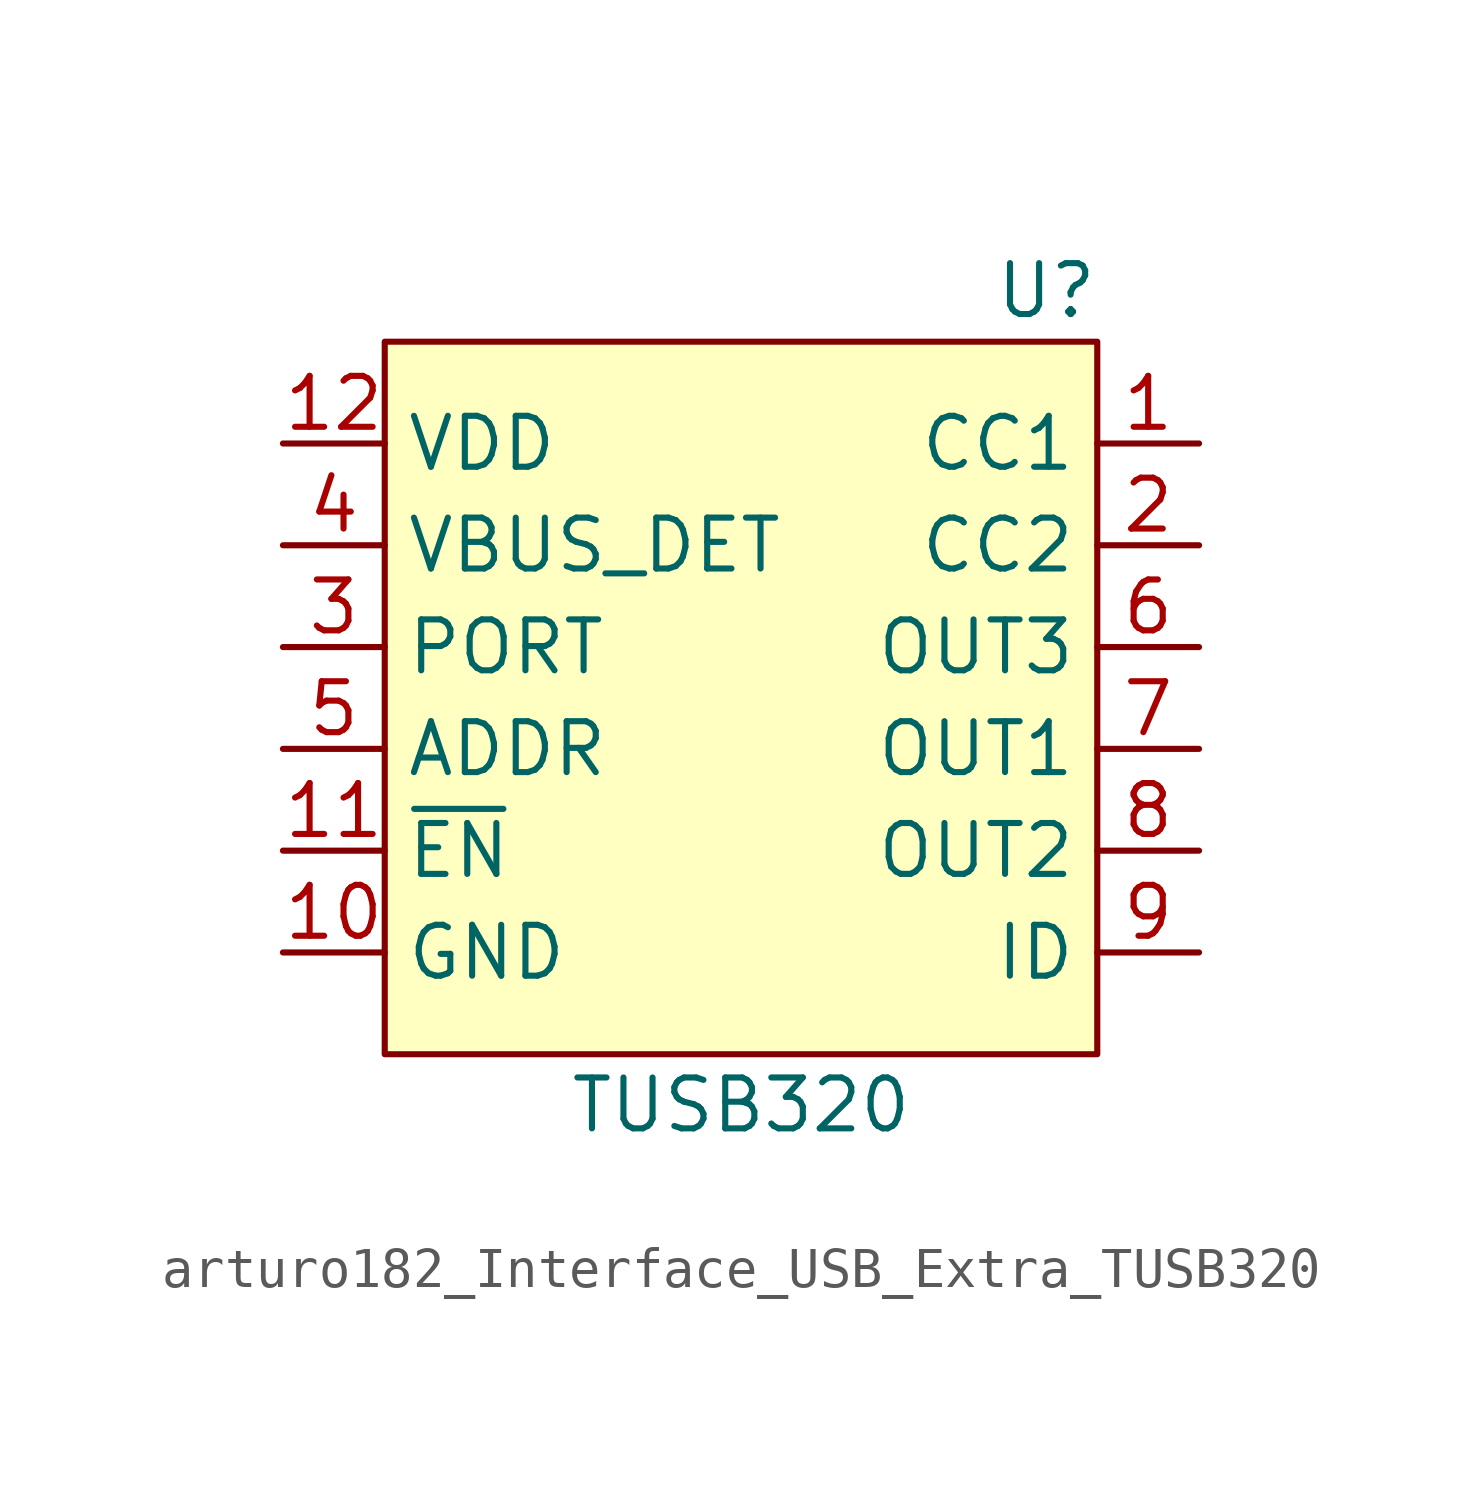
<source format=kicad_sym>
(kicad_symbol_lib
  (version 20220914)
  (generator kicad_symbol_editor)
  (symbol "arturo182_Interface_USB_Extra_TUSB320"
    (property "Reference" "U"
      (at 7.62 11.43 0)
      (effects (font (size 1.27 1.27))))
    (property "Value" "TUSB320"
      (at 0 -8.89 0)
      (effects (font (size 1.27 1.27))))
    (symbol "arturo182_Interface_USB_Extra_TUSB320_0_0"
      (pin bidirectional line (at 11.43 7.62 180) (length 2.54) (name "CC1" (effects (font (size 1.27 1.27)))) (number "1" (effects (font (size 1.27 1.27)))))
      (pin power_in line (at -11.43 -5.08 0) (length 2.54) (name "GND" (effects (font (size 1.27 1.27)))) (number "10" (effects (font (size 1.27 1.27)))))
      (pin input line (at -11.43 -2.54 0) (length 2.54) (name "~{EN}" (effects (font (size 1.27 1.27)))) (number "11" (effects (font (size 1.27 1.27)))))
      (pin power_in line (at -11.43 7.62 0) (length 2.54) (name "VDD" (effects (font (size 1.27 1.27)))) (number "12" (effects (font (size 1.27 1.27)))))
      (pin bidirectional line (at 11.43 5.08 180) (length 2.54) (name "CC2" (effects (font (size 1.27 1.27)))) (number "2" (effects (font (size 1.27 1.27)))))
      (pin input line (at -11.43 2.54 0) (length 2.54) (name "PORT" (effects (font (size 1.27 1.27)))) (number "3" (effects (font (size 1.27 1.27)))))
      (pin input line (at -11.43 5.08 0) (length 2.54) (name "VBUS_DET" (effects (font (size 1.27 1.27)))) (number "4" (effects (font (size 1.27 1.27)))))
      (pin input line (at -11.43 0 0) (length 2.54) (name "ADDR" (effects (font (size 1.27 1.27)))) (number "5" (effects (font (size 1.27 1.27)))))
      (pin output line (at 11.43 2.54 180) (length 2.54) (name "OUT3" (effects (font (size 1.27 1.27)))) (number "6" (effects (font (size 1.27 1.27)))))
      (pin bidirectional line (at 11.43 0 180) (length 2.54) (name "OUT1" (effects (font (size 1.27 1.27)))) (number "7" (effects (font (size 1.27 1.27)))))
      (pin bidirectional line (at 11.43 -2.54 180) (length 2.54) (name "OUT2" (effects (font (size 1.27 1.27)))) (number "8" (effects (font (size 1.27 1.27)))))
      (pin output line (at 11.43 -5.08 180) (length 2.54) (name "ID" (effects (font (size 1.27 1.27)))) (number "9" (effects (font (size 1.27 1.27))))))
    (symbol "arturo182_Interface_USB_Extra_TUSB320_1_1"
      (rectangle (start -8.89 10.16) (end 8.89 -7.62) (stroke (width 0) (type default)) (fill (type background))))))
</source>
